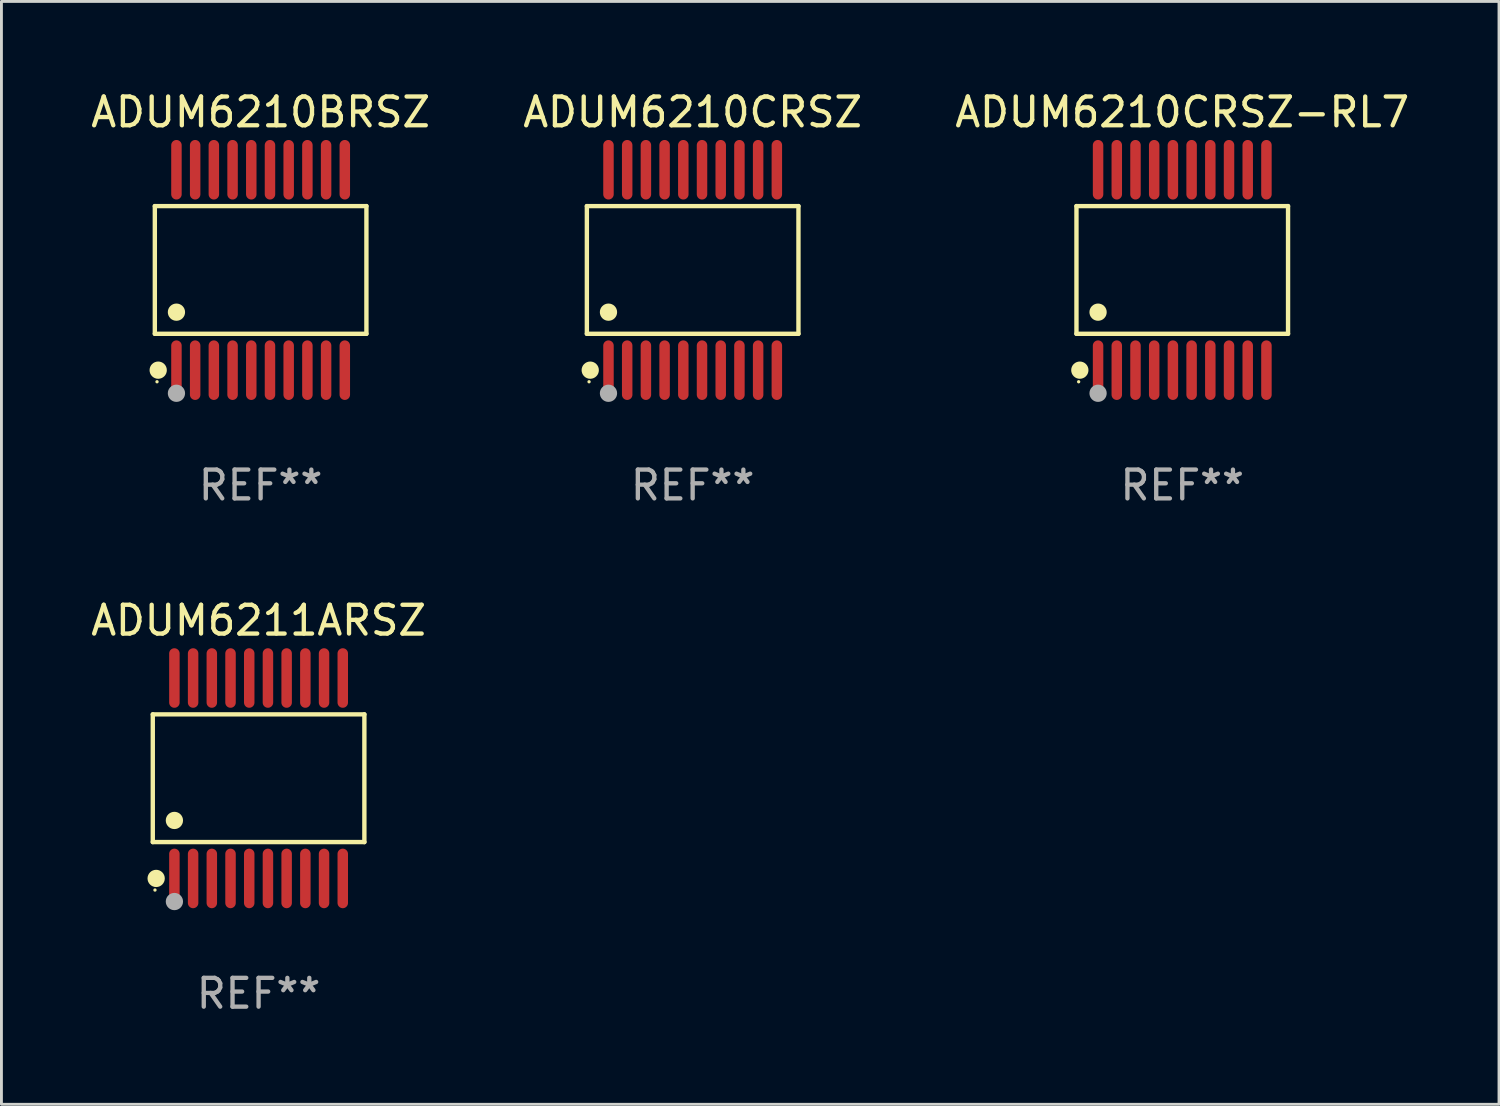
<source format=kicad_pcb>
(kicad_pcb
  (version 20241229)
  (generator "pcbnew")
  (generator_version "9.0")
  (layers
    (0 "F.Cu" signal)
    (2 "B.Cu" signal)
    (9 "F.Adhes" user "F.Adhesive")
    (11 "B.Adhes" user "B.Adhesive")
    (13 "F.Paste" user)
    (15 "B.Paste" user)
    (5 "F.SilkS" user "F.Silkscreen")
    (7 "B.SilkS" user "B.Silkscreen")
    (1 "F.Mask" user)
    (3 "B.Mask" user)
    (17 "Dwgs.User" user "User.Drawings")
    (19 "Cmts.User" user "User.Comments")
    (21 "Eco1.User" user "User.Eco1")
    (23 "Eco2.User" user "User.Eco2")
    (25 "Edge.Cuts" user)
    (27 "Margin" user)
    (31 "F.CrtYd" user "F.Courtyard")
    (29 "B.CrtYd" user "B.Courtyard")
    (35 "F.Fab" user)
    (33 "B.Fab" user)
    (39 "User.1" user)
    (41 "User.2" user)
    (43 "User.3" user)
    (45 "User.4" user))
  (footprint "ADUM6210CRSZ"
    (layer "F.Cu")
    (at 21.018 6.33)
    (property "Reference" "ADUM6210CRSZ" (at 0 -5.482 0) (layer "F.SilkS") (effects (font (size 1 1) (thickness 0.15))))
    (attr through_hole)
    (fp_line (start -3.676 -2.219) (end 3.676 -2.219) (stroke (width 0.152) (type solid)) (layer "F.SilkS"))
    (fp_line (start -3.676 2.219) (end -3.676 -2.219) (stroke (width 0.152) (type solid)) (layer "F.SilkS"))
    (fp_line (start 3.676 -2.219) (end 3.676 2.219) (stroke (width 0.152) (type solid)) (layer "F.SilkS"))
    (fp_line (start 3.676 2.219) (end -3.676 2.219) (stroke (width 0.152) (type solid)) (layer "F.SilkS"))
    (fp_circle (center -3.6 3.885) (end -3.57 3.885) (stroke (width 0.06) (type solid)) (fill no) (layer "F.SilkS"))
    (fp_circle (center -3.559 3.482) (end -3.409 3.482) (stroke (width 0.3) (type solid)) (fill no) (layer "F.SilkS"))
    (fp_circle (center -2.925 1.467) (end -2.775 1.467) (stroke (width 0.3) (type solid)) (fill no) (layer "F.SilkS"))
    (fp_circle (center -2.925 4.285) (end -2.775 4.285) (stroke (width 0.3) (type solid)) (fill no) (layer "F.Fab"))
    (fp_text user "REF**" (at 0 7.482 0) (layer "F.Fab") (effects (font (size 1 1) (thickness 0.15))))
    (pad "1" smd oval (at -2.925 3.482) (size 0.364 2.069) (layers "F.Cu" "F.Mask" "F.Paste"))
    (pad "2" smd oval (at -2.275 3.482) (size 0.364 2.069) (layers "F.Cu" "F.Mask" "F.Paste"))
    (pad "3" smd oval (at -1.625 3.482) (size 0.364 2.069) (layers "F.Cu" "F.Mask" "F.Paste"))
    (pad "4" smd oval (at -0.975 3.482) (size 0.364 2.069) (layers "F.Cu" "F.Mask" "F.Paste"))
    (pad "5" smd oval (at -0.325 3.482) (size 0.364 2.069) (layers "F.Cu" "F.Mask" "F.Paste"))
    (pad "6" smd oval (at 0.325 3.482) (size 0.364 2.069) (layers "F.Cu" "F.Mask" "F.Paste"))
    (pad "7" smd oval (at 0.975 3.482) (size 0.364 2.069) (layers "F.Cu" "F.Mask" "F.Paste"))
    (pad "8" smd oval (at 1.625 3.482) (size 0.364 2.069) (layers "F.Cu" "F.Mask" "F.Paste"))
    (pad "9" smd oval (at 2.275 3.482) (size 0.364 2.069) (layers "F.Cu" "F.Mask" "F.Paste"))
    (pad "10" smd oval (at 2.925 3.482) (size 0.364 2.069) (layers "F.Cu" "F.Mask" "F.Paste"))
    (pad "11" smd oval (at 2.925 -3.482) (size 0.364 2.069) (layers "F.Cu" "F.Mask" "F.Paste"))
    (pad "12" smd oval (at 2.275 -3.482) (size 0.364 2.069) (layers "F.Cu" "F.Mask" "F.Paste"))
    (pad "13" smd oval (at 1.625 -3.482) (size 0.364 2.069) (layers "F.Cu" "F.Mask" "F.Paste"))
    (pad "14" smd oval (at 0.975 -3.482) (size 0.364 2.069) (layers "F.Cu" "F.Mask" "F.Paste"))
    (pad "15" smd oval (at 0.325 -3.482) (size 0.364 2.069) (layers "F.Cu" "F.Mask" "F.Paste"))
    (pad "16" smd oval (at -0.325 -3.482) (size 0.364 2.069) (layers "F.Cu" "F.Mask" "F.Paste"))
    (pad "17" smd oval (at -0.975 -3.482) (size 0.364 2.069) (layers "F.Cu" "F.Mask" "F.Paste"))
    (pad "18" smd oval (at -1.625 -3.482) (size 0.364 2.069) (layers "F.Cu" "F.Mask" "F.Paste"))
    (pad "19" smd oval (at -2.275 -3.482) (size 0.364 2.069) (layers "F.Cu" "F.Mask" "F.Paste"))
    (pad "20" smd oval (at -2.925 -3.482) (size 0.364 2.069) (layers "F.Cu" "F.Mask" "F.Paste")))
  (footprint "ADUM6210BRSZ"
    (layer "F.Cu")
    (at 6.006 6.33)
    (property "Reference" "ADUM6210BRSZ" (at 0 -5.482 0) (layer "F.SilkS") (effects (font (size 1 1) (thickness 0.15))))
    (attr through_hole)
    (fp_line (start -3.676 -2.219) (end 3.676 -2.219) (stroke (width 0.152) (type solid)) (layer "F.SilkS"))
    (fp_line (start -3.676 2.219) (end -3.676 -2.219) (stroke (width 0.152) (type solid)) (layer "F.SilkS"))
    (fp_line (start 3.676 -2.219) (end 3.676 2.219) (stroke (width 0.152) (type solid)) (layer "F.SilkS"))
    (fp_line (start 3.676 2.219) (end -3.676 2.219) (stroke (width 0.152) (type solid)) (layer "F.SilkS"))
    (fp_circle (center -3.6 3.885) (end -3.57 3.885) (stroke (width 0.06) (type solid)) (fill no) (layer "F.SilkS"))
    (fp_circle (center -3.559 3.482) (end -3.409 3.482) (stroke (width 0.3) (type solid)) (fill no) (layer "F.SilkS"))
    (fp_circle (center -2.925 1.467) (end -2.775 1.467) (stroke (width 0.3) (type solid)) (fill no) (layer "F.SilkS"))
    (fp_circle (center -2.925 4.285) (end -2.775 4.285) (stroke (width 0.3) (type solid)) (fill no) (layer "F.Fab"))
    (fp_text user "REF**" (at 0 7.482 0) (layer "F.Fab") (effects (font (size 1 1) (thickness 0.15))))
    (pad "1" smd oval (at -2.925 3.482) (size 0.364 2.069) (layers "F.Cu" "F.Mask" "F.Paste"))
    (pad "2" smd oval (at -2.275 3.482) (size 0.364 2.069) (layers "F.Cu" "F.Mask" "F.Paste"))
    (pad "3" smd oval (at -1.625 3.482) (size 0.364 2.069) (layers "F.Cu" "F.Mask" "F.Paste"))
    (pad "4" smd oval (at -0.975 3.482) (size 0.364 2.069) (layers "F.Cu" "F.Mask" "F.Paste"))
    (pad "5" smd oval (at -0.325 3.482) (size 0.364 2.069) (layers "F.Cu" "F.Mask" "F.Paste"))
    (pad "6" smd oval (at 0.325 3.482) (size 0.364 2.069) (layers "F.Cu" "F.Mask" "F.Paste"))
    (pad "7" smd oval (at 0.975 3.482) (size 0.364 2.069) (layers "F.Cu" "F.Mask" "F.Paste"))
    (pad "8" smd oval (at 1.625 3.482) (size 0.364 2.069) (layers "F.Cu" "F.Mask" "F.Paste"))
    (pad "9" smd oval (at 2.275 3.482) (size 0.364 2.069) (layers "F.Cu" "F.Mask" "F.Paste"))
    (pad "10" smd oval (at 2.925 3.482) (size 0.364 2.069) (layers "F.Cu" "F.Mask" "F.Paste"))
    (pad "11" smd oval (at 2.925 -3.482) (size 0.364 2.069) (layers "F.Cu" "F.Mask" "F.Paste"))
    (pad "12" smd oval (at 2.275 -3.482) (size 0.364 2.069) (layers "F.Cu" "F.Mask" "F.Paste"))
    (pad "13" smd oval (at 1.625 -3.482) (size 0.364 2.069) (layers "F.Cu" "F.Mask" "F.Paste"))
    (pad "14" smd oval (at 0.975 -3.482) (size 0.364 2.069) (layers "F.Cu" "F.Mask" "F.Paste"))
    (pad "15" smd oval (at 0.325 -3.482) (size 0.364 2.069) (layers "F.Cu" "F.Mask" "F.Paste"))
    (pad "16" smd oval (at -0.325 -3.482) (size 0.364 2.069) (layers "F.Cu" "F.Mask" "F.Paste"))
    (pad "17" smd oval (at -0.975 -3.482) (size 0.364 2.069) (layers "F.Cu" "F.Mask" "F.Paste"))
    (pad "18" smd oval (at -1.625 -3.482) (size 0.364 2.069) (layers "F.Cu" "F.Mask" "F.Paste"))
    (pad "19" smd oval (at -2.275 -3.482) (size 0.364 2.069) (layers "F.Cu" "F.Mask" "F.Paste"))
    (pad "20" smd oval (at -2.925 -3.482) (size 0.364 2.069) (layers "F.Cu" "F.Mask" "F.Paste")))
  (footprint "ADUM6210CRSZ-RL7"
    (layer "F.Cu")
    (at 38.03 6.33)
    (property "Reference" "ADUM6210CRSZ-RL7" (at 0 -5.482 0) (layer "F.SilkS") (effects (font (size 1 1) (thickness 0.15))))
    (attr through_hole)
    (fp_line (start -3.676 -2.219) (end 3.676 -2.219) (stroke (width 0.152) (type solid)) (layer "F.SilkS"))
    (fp_line (start -3.676 2.219) (end -3.676 -2.219) (stroke (width 0.152) (type solid)) (layer "F.SilkS"))
    (fp_line (start 3.676 -2.219) (end 3.676 2.219) (stroke (width 0.152) (type solid)) (layer "F.SilkS"))
    (fp_line (start 3.676 2.219) (end -3.676 2.219) (stroke (width 0.152) (type solid)) (layer "F.SilkS"))
    (fp_circle (center -3.6 3.885) (end -3.57 3.885) (stroke (width 0.06) (type solid)) (fill no) (layer "F.SilkS"))
    (fp_circle (center -3.559 3.482) (end -3.409 3.482) (stroke (width 0.3) (type solid)) (fill no) (layer "F.SilkS"))
    (fp_circle (center -2.925 1.467) (end -2.775 1.467) (stroke (width 0.3) (type solid)) (fill no) (layer "F.SilkS"))
    (fp_circle (center -2.925 4.285) (end -2.775 4.285) (stroke (width 0.3) (type solid)) (fill no) (layer "F.Fab"))
    (fp_text user "REF**" (at 0 7.482 0) (layer "F.Fab") (effects (font (size 1 1) (thickness 0.15))))
    (pad "1" smd oval (at -2.925 3.482) (size 0.364 2.069) (layers "F.Cu" "F.Mask" "F.Paste"))
    (pad "2" smd oval (at -2.275 3.482) (size 0.364 2.069) (layers "F.Cu" "F.Mask" "F.Paste"))
    (pad "3" smd oval (at -1.625 3.482) (size 0.364 2.069) (layers "F.Cu" "F.Mask" "F.Paste"))
    (pad "4" smd oval (at -0.975 3.482) (size 0.364 2.069) (layers "F.Cu" "F.Mask" "F.Paste"))
    (pad "5" smd oval (at -0.325 3.482) (size 0.364 2.069) (layers "F.Cu" "F.Mask" "F.Paste"))
    (pad "6" smd oval (at 0.325 3.482) (size 0.364 2.069) (layers "F.Cu" "F.Mask" "F.Paste"))
    (pad "7" smd oval (at 0.975 3.482) (size 0.364 2.069) (layers "F.Cu" "F.Mask" "F.Paste"))
    (pad "8" smd oval (at 1.625 3.482) (size 0.364 2.069) (layers "F.Cu" "F.Mask" "F.Paste"))
    (pad "9" smd oval (at 2.275 3.482) (size 0.364 2.069) (layers "F.Cu" "F.Mask" "F.Paste"))
    (pad "10" smd oval (at 2.925 3.482) (size 0.364 2.069) (layers "F.Cu" "F.Mask" "F.Paste"))
    (pad "11" smd oval (at 2.925 -3.482) (size 0.364 2.069) (layers "F.Cu" "F.Mask" "F.Paste"))
    (pad "12" smd oval (at 2.275 -3.482) (size 0.364 2.069) (layers "F.Cu" "F.Mask" "F.Paste"))
    (pad "13" smd oval (at 1.625 -3.482) (size 0.364 2.069) (layers "F.Cu" "F.Mask" "F.Paste"))
    (pad "14" smd oval (at 0.975 -3.482) (size 0.364 2.069) (layers "F.Cu" "F.Mask" "F.Paste"))
    (pad "15" smd oval (at 0.325 -3.482) (size 0.364 2.069) (layers "F.Cu" "F.Mask" "F.Paste"))
    (pad "16" smd oval (at -0.325 -3.482) (size 0.364 2.069) (layers "F.Cu" "F.Mask" "F.Paste"))
    (pad "17" smd oval (at -0.975 -3.482) (size 0.364 2.069) (layers "F.Cu" "F.Mask" "F.Paste"))
    (pad "18" smd oval (at -1.625 -3.482) (size 0.364 2.069) (layers "F.Cu" "F.Mask" "F.Paste"))
    (pad "19" smd oval (at -2.275 -3.482) (size 0.364 2.069) (layers "F.Cu" "F.Mask" "F.Paste"))
    (pad "20" smd oval (at -2.925 -3.482) (size 0.364 2.069) (layers "F.Cu" "F.Mask" "F.Paste")))
  (footprint "ADUM6211ARSZ"
    (layer "F.Cu")
    (at 5.935 23.991)
    (property "Reference" "ADUM6211ARSZ" (at 0 -5.482 0) (layer "F.SilkS") (effects (font (size 1 1) (thickness 0.15))))
    (attr through_hole)
    (fp_line (start -3.676 -2.219) (end 3.676 -2.219) (stroke (width 0.152) (type solid)) (layer "F.SilkS"))
    (fp_line (start -3.676 2.219) (end -3.676 -2.219) (stroke (width 0.152) (type solid)) (layer "F.SilkS"))
    (fp_line (start 3.676 -2.219) (end 3.676 2.219) (stroke (width 0.152) (type solid)) (layer "F.SilkS"))
    (fp_line (start 3.676 2.219) (end -3.676 2.219) (stroke (width 0.152) (type solid)) (layer "F.SilkS"))
    (fp_circle (center -3.6 3.885) (end -3.57 3.885) (stroke (width 0.06) (type solid)) (fill no) (layer "F.SilkS"))
    (fp_circle (center -3.559 3.482) (end -3.409 3.482) (stroke (width 0.3) (type solid)) (fill no) (layer "F.SilkS"))
    (fp_circle (center -2.925 1.467) (end -2.775 1.467) (stroke (width 0.3) (type solid)) (fill no) (layer "F.SilkS"))
    (fp_circle (center -2.925 4.285) (end -2.775 4.285) (stroke (width 0.3) (type solid)) (fill no) (layer "F.Fab"))
    (fp_text user "REF**" (at 0 7.482 0) (layer "F.Fab") (effects (font (size 1 1) (thickness 0.15))))
    (pad "1" smd oval (at -2.925 3.482) (size 0.364 2.069) (layers "F.Cu" "F.Mask" "F.Paste"))
    (pad "2" smd oval (at -2.275 3.482) (size 0.364 2.069) (layers "F.Cu" "F.Mask" "F.Paste"))
    (pad "3" smd oval (at -1.625 3.482) (size 0.364 2.069) (layers "F.Cu" "F.Mask" "F.Paste"))
    (pad "4" smd oval (at -0.975 3.482) (size 0.364 2.069) (layers "F.Cu" "F.Mask" "F.Paste"))
    (pad "5" smd oval (at -0.325 3.482) (size 0.364 2.069) (layers "F.Cu" "F.Mask" "F.Paste"))
    (pad "6" smd oval (at 0.325 3.482) (size 0.364 2.069) (layers "F.Cu" "F.Mask" "F.Paste"))
    (pad "7" smd oval (at 0.975 3.482) (size 0.364 2.069) (layers "F.Cu" "F.Mask" "F.Paste"))
    (pad "8" smd oval (at 1.625 3.482) (size 0.364 2.069) (layers "F.Cu" "F.Mask" "F.Paste"))
    (pad "9" smd oval (at 2.275 3.482) (size 0.364 2.069) (layers "F.Cu" "F.Mask" "F.Paste"))
    (pad "10" smd oval (at 2.925 3.482) (size 0.364 2.069) (layers "F.Cu" "F.Mask" "F.Paste"))
    (pad "11" smd oval (at 2.925 -3.482) (size 0.364 2.069) (layers "F.Cu" "F.Mask" "F.Paste"))
    (pad "12" smd oval (at 2.275 -3.482) (size 0.364 2.069) (layers "F.Cu" "F.Mask" "F.Paste"))
    (pad "13" smd oval (at 1.625 -3.482) (size 0.364 2.069) (layers "F.Cu" "F.Mask" "F.Paste"))
    (pad "14" smd oval (at 0.975 -3.482) (size 0.364 2.069) (layers "F.Cu" "F.Mask" "F.Paste"))
    (pad "15" smd oval (at 0.325 -3.482) (size 0.364 2.069) (layers "F.Cu" "F.Mask" "F.Paste"))
    (pad "16" smd oval (at -0.325 -3.482) (size 0.364 2.069) (layers "F.Cu" "F.Mask" "F.Paste"))
    (pad "17" smd oval (at -0.975 -3.482) (size 0.364 2.069) (layers "F.Cu" "F.Mask" "F.Paste"))
    (pad "18" smd oval (at -1.625 -3.482) (size 0.364 2.069) (layers "F.Cu" "F.Mask" "F.Paste"))
    (pad "19" smd oval (at -2.275 -3.482) (size 0.364 2.069) (layers "F.Cu" "F.Mask" "F.Paste"))
    (pad "20" smd oval (at -2.925 -3.482) (size 0.364 2.069) (layers "F.Cu" "F.Mask" "F.Paste")))
  (gr_rect
    (start -3 -3)
    (end 49.036 35.321)
    (stroke (width 0.1) (type default))
    (fill no)
    (layer "Edge.Cuts")))
</source>
